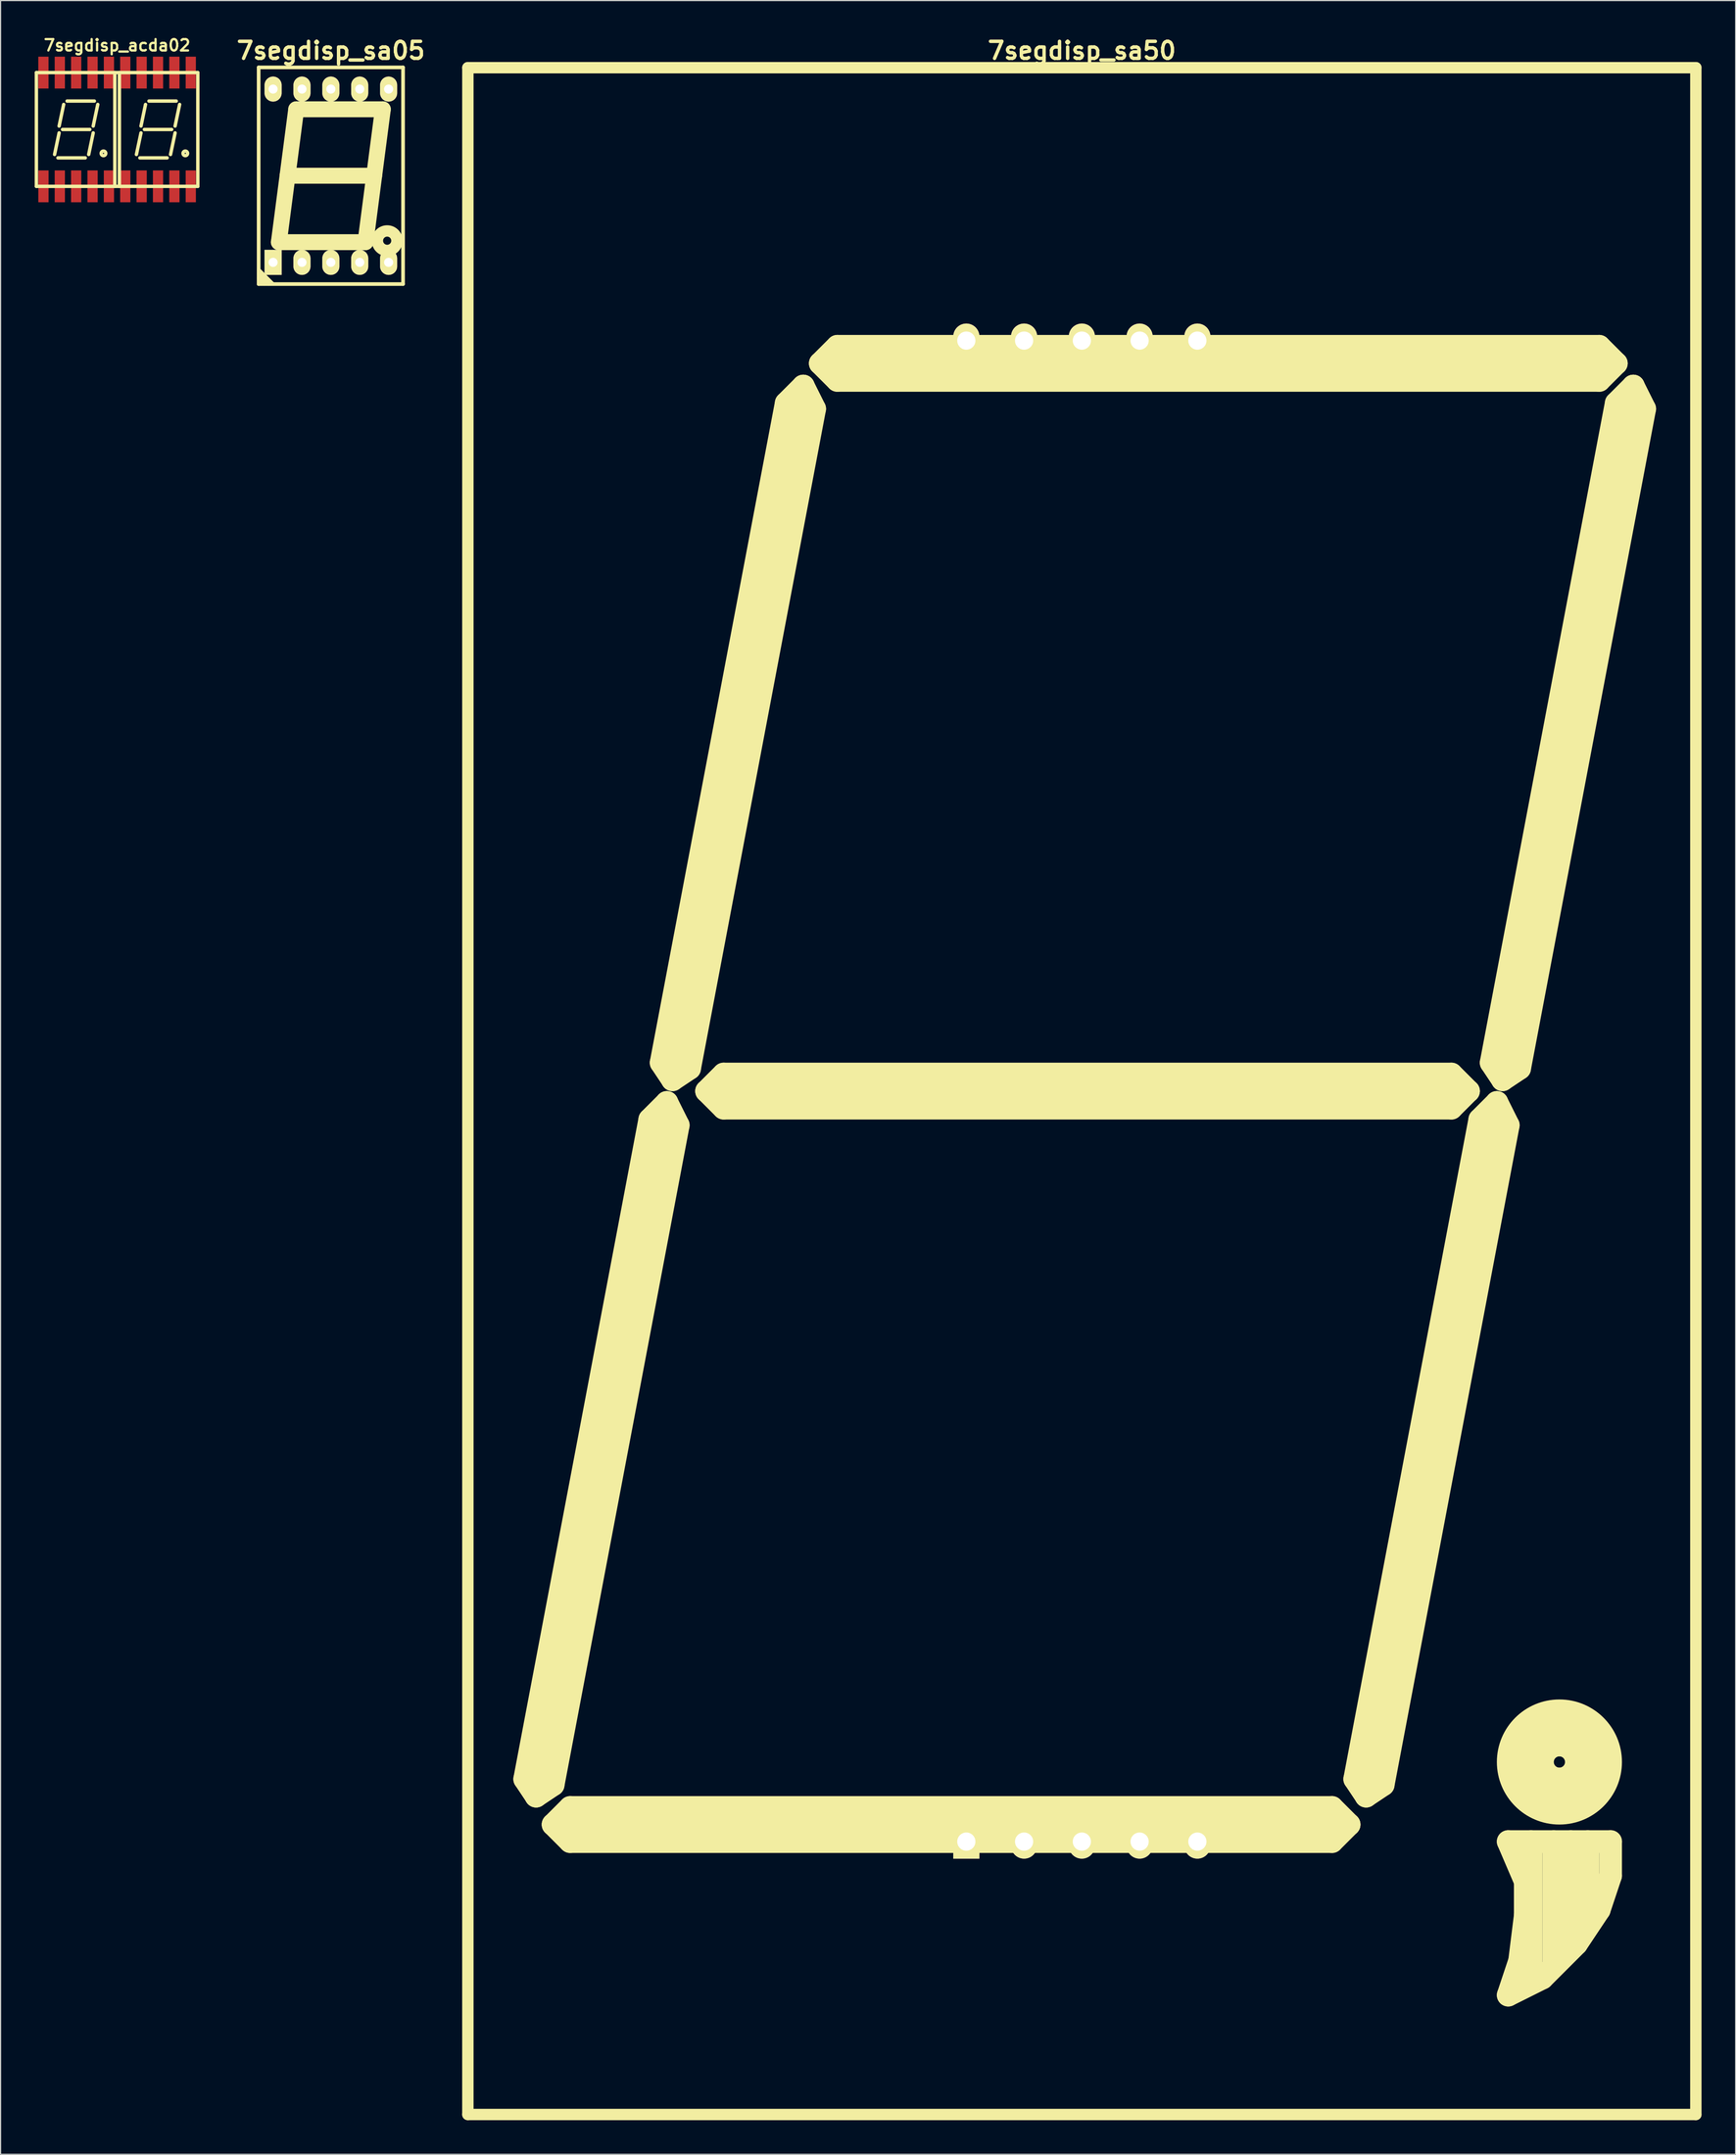
<source format=kicad_pcb>
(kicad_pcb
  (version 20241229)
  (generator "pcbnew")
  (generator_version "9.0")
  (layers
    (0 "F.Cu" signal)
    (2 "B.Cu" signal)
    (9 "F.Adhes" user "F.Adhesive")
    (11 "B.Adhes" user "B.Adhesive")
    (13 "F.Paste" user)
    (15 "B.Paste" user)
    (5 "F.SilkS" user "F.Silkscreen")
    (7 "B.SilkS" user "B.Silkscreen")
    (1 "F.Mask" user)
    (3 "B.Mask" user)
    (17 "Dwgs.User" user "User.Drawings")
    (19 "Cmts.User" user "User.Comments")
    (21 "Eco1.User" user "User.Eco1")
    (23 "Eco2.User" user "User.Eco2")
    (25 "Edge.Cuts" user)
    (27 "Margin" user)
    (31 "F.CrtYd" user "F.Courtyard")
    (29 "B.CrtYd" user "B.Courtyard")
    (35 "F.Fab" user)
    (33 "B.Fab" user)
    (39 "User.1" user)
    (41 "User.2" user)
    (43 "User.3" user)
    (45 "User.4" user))
  (footprint "7segdisp_sa50"
    (layer "F.Cu")
    (at 92.098 92.904)
    (property "Reference" "7segdisp_sa50" (at 0 -91.5 0) (layer "F.SilkS") (effects (font (size 1.5 1.5) (thickness 0.3))))
    (attr through_hole)
    (fp_line (start -54 90) (end -54 -90) (stroke (width 1) (type solid)) (layer "F.SilkS"))
    (fp_line (start -54 90) (end 54 90) (stroke (width 1) (type solid)) (layer "F.SilkS"))
    (fp_line (start -49 60.5) (end -38 2.5) (stroke (width 2) (type solid)) (layer "F.SilkS"))
    (fp_line (start -48 62) (end -49 60.5) (stroke (width 2) (type solid)) (layer "F.SilkS"))
    (fp_line (start -48 62) (end -46.5 61) (stroke (width 2) (type solid)) (layer "F.SilkS"))
    (fp_line (start -48 62) (end -36.5 1) (stroke (width 2) (type solid)) (layer "F.SilkS"))
    (fp_line (start -46.5 61) (end -35.5 3) (stroke (width 2) (type solid)) (layer "F.SilkS"))
    (fp_line (start -46.5 64.5) (end -45 66) (stroke (width 2) (type solid)) (layer "F.SilkS"))
    (fp_line (start -45 63) (end -46.5 64.5) (stroke (width 2) (type solid)) (layer "F.SilkS"))
    (fp_line (start -45 66) (end 22 66) (stroke (width 2) (type solid)) (layer "F.SilkS"))
    (fp_line (start -37 -2.5) (end -26 -60.5) (stroke (width 2) (type solid)) (layer "F.SilkS"))
    (fp_line (start -36.5 1) (end -38 2.5) (stroke (width 2) (type solid)) (layer "F.SilkS"))
    (fp_line (start -36.5 1) (end -35.5 3) (stroke (width 2) (type solid)) (layer "F.SilkS"))
    (fp_line (start -36 -1) (end -37 -2.5) (stroke (width 2) (type solid)) (layer "F.SilkS"))
    (fp_line (start -36 -1) (end -34.5 -2) (stroke (width 2) (type solid)) (layer "F.SilkS"))
    (fp_line (start -36 -1) (end -24.5 -62) (stroke (width 2) (type solid)) (layer "F.SilkS"))
    (fp_line (start -34.5 -2) (end -23.5 -60) (stroke (width 2) (type solid)) (layer "F.SilkS"))
    (fp_line (start -33 0) (end -31.5 -1.5) (stroke (width 2) (type solid)) (layer "F.SilkS"))
    (fp_line (start -33 0) (end -31.5 1.5) (stroke (width 2) (type solid)) (layer "F.SilkS"))
    (fp_line (start -31.5 -1.5) (end 32.5 -1.5) (stroke (width 2) (type solid)) (layer "F.SilkS"))
    (fp_line (start -24.5 -62) (end -26 -60.5) (stroke (width 2) (type solid)) (layer "F.SilkS"))
    (fp_line (start -24.5 -62) (end -23.5 -60) (stroke (width 2) (type solid)) (layer "F.SilkS"))
    (fp_line (start -23 -64) (end -21.5 -62.5) (stroke (width 2) (type solid)) (layer "F.SilkS"))
    (fp_line (start -21.5 -65.5) (end -23 -64) (stroke (width 2) (type solid)) (layer "F.SilkS"))
    (fp_line (start -21.5 -62.5) (end 45.5 -62.5) (stroke (width 2) (type solid)) (layer "F.SilkS"))
    (fp_line (start 22 63) (end -45 63) (stroke (width 2) (type solid)) (layer "F.SilkS"))
    (fp_line (start 22 66) (end 23.5 64.5) (stroke (width 2) (type solid)) (layer "F.SilkS"))
    (fp_line (start 23.5 64.5) (end -46.5 64.5) (stroke (width 2) (type solid)) (layer "F.SilkS"))
    (fp_line (start 23.5 64.5) (end 22 63) (stroke (width 2) (type solid)) (layer "F.SilkS"))
    (fp_line (start 24 60.5) (end 35 2.5) (stroke (width 2) (type solid)) (layer "F.SilkS"))
    (fp_line (start 25 62) (end 24 60.5) (stroke (width 2) (type solid)) (layer "F.SilkS"))
    (fp_line (start 25 62) (end 26.5 61) (stroke (width 2) (type solid)) (layer "F.SilkS"))
    (fp_line (start 25 62) (end 36.5 1) (stroke (width 2) (type solid)) (layer "F.SilkS"))
    (fp_line (start 26.5 61) (end 37.5 3) (stroke (width 2) (type solid)) (layer "F.SilkS"))
    (fp_line (start 32.5 1.5) (end -31.5 1.5) (stroke (width 2) (type solid)) (layer "F.SilkS"))
    (fp_line (start 34 0) (end -33 0) (stroke (width 2) (type solid)) (layer "F.SilkS"))
    (fp_line (start 34 0) (end 32.5 -1.5) (stroke (width 2) (type solid)) (layer "F.SilkS"))
    (fp_line (start 34 0) (end 32.5 1.5) (stroke (width 2) (type solid)) (layer "F.SilkS"))
    (fp_line (start 36 -2.5) (end 47 -60.5) (stroke (width 2) (type solid)) (layer "F.SilkS"))
    (fp_line (start 36.5 1) (end 35 2.5) (stroke (width 2) (type solid)) (layer "F.SilkS"))
    (fp_line (start 36.5 1) (end 37.5 3) (stroke (width 2) (type solid)) (layer "F.SilkS"))
    (fp_line (start 37 -1) (end 36 -2.5) (stroke (width 2) (type solid)) (layer "F.SilkS"))
    (fp_line (start 37 -1) (end 38.5 -2) (stroke (width 2) (type solid)) (layer "F.SilkS"))
    (fp_line (start 37 -1) (end 48.5 -62) (stroke (width 2) (type solid)) (layer "F.SilkS"))
    (fp_line (start 37.5 79.5) (end 38.5 76.5) (stroke (width 2) (type solid)) (layer "F.SilkS"))
    (fp_line (start 37.5 79.5) (end 40.5 78) (stroke (width 2) (type solid)) (layer "F.SilkS"))
    (fp_line (start 38.5 -2) (end 49.5 -60) (stroke (width 2) (type solid)) (layer "F.SilkS"))
    (fp_line (start 38.5 76.5) (end 39 72.5) (stroke (width 2) (type solid)) (layer "F.SilkS"))
    (fp_line (start 39 69.5) (end 37.5 66) (stroke (width 2) (type solid)) (layer "F.SilkS"))
    (fp_line (start 39 72.5) (end 39 69.5) (stroke (width 2) (type solid)) (layer "F.SilkS"))
    (fp_line (start 39.5 66) (end 39.5 77.5) (stroke (width 2) (type solid)) (layer "F.SilkS"))
    (fp_line (start 40.5 78) (end 43.5 75) (stroke (width 2) (type solid)) (layer "F.SilkS"))
    (fp_line (start 41.5 66) (end 41.5 76.5) (stroke (width 2) (type solid)) (layer "F.SilkS"))
    (fp_line (start 43 66) (end 43 75) (stroke (width 2) (type solid)) (layer "F.SilkS"))
    (fp_line (start 44.5 66) (end 44.5 73) (stroke (width 2) (type solid)) (layer "F.SilkS"))
    (fp_line (start 45.5 -65.5) (end -21.5 -65.5) (stroke (width 2) (type solid)) (layer "F.SilkS"))
    (fp_line (start 45.5 -62.5) (end 47 -64) (stroke (width 2) (type solid)) (layer "F.SilkS"))
    (fp_line (start 45.5 72) (end 43.5 75) (stroke (width 2) (type solid)) (layer "F.SilkS"))
    (fp_line (start 46.5 66) (end 37.5 66) (stroke (width 2) (type solid)) (layer "F.SilkS"))
    (fp_line (start 46.5 66) (end 46.5 69) (stroke (width 2) (type solid)) (layer "F.SilkS"))
    (fp_line (start 46.5 69) (end 45.5 72) (stroke (width 2) (type solid)) (layer "F.SilkS"))
    (fp_line (start 47 -64) (end -23 -64) (stroke (width 2) (type solid)) (layer "F.SilkS"))
    (fp_line (start 47 -64) (end 45.5 -65.5) (stroke (width 2) (type solid)) (layer "F.SilkS"))
    (fp_line (start 48.5 -62) (end 47 -60.5) (stroke (width 2) (type solid)) (layer "F.SilkS"))
    (fp_line (start 48.5 -62) (end 49.5 -60) (stroke (width 2) (type solid)) (layer "F.SilkS"))
    (fp_line (start 54 -90) (end -54 -90) (stroke (width 1) (type solid)) (layer "F.SilkS"))
    (fp_line (start 54 -90) (end 54 90) (stroke (width 1) (type solid)) (layer "F.SilkS"))
    (fp_circle (center 42 59) (end 42.5 59) (stroke (width 2) (type solid)) (fill no) (layer "F.SilkS"))
    (fp_circle (center 42 59) (end 43.5 59) (stroke (width 2) (type solid)) (fill no) (layer "F.SilkS"))
    (fp_circle (center 42 59) (end 45 59) (stroke (width 2) (type solid)) (fill no) (layer "F.SilkS"))
    (fp_circle (center 42 59) (end 46.5 59) (stroke (width 2) (type solid)) (fill no) (layer "F.SilkS"))
    (pad "1" thru_hole rect (at -10.16 66 90) (size 3 2.3) (drill 1.6) (layers "*.Cu" "*.Mask" "F.SilkS"))
    (pad "2" thru_hole oval (at -5.08 66 90) (size 3 2.3) (drill 1.6) (layers "*.Cu" "*.Mask" "F.SilkS"))
    (pad "3" thru_hole oval (at 0 66 90) (size 3 2.3) (drill 1.6) (layers "*.Cu" "*.Mask" "F.SilkS"))
    (pad "4" thru_hole oval (at 5.08 66 90) (size 3 2.3) (drill 1.6) (layers "*.Cu" "*.Mask" "F.SilkS"))
    (pad "5" thru_hole oval (at 10.16 66 90) (size 3 2.3) (drill 1.6) (layers "*.Cu" "*.Mask" "F.SilkS"))
    (pad "6" thru_hole oval (at 10.16 -66 90) (size 3 2.3) (drill 1.6) (layers "*.Cu" "*.Mask" "F.SilkS"))
    (pad "7" thru_hole oval (at 5.08 -66 90) (size 3 2.3) (drill 1.6) (layers "*.Cu" "*.Mask" "F.SilkS"))
    (pad "8" thru_hole oval (at 0 -66 90) (size 3 2.3) (drill 1.6) (layers "*.Cu" "*.Mask" "F.SilkS"))
    (pad "9" thru_hole oval (at -5.08 -66 90) (size 3 2.3) (drill 1.6) (layers "*.Cu" "*.Mask" "F.SilkS"))
    (pad "10" thru_hole oval (at -10.16 -66 90) (size 3 2.3) (drill 1.6) (layers "*.Cu" "*.Mask" "F.SilkS")))
  (footprint "7segdisp_sa05"
    (layer "F.Cu")
    (at 26.048 12.404)
    (property "Reference" "7segdisp_sa05" (at 0 -11 0) (layer "F.SilkS") (effects (font (size 1.5 1.5) (thickness 0.3))))
    (attr through_hole)
    (fp_line (start -6.35 9.525) (end -6.35 -9.525) (stroke (width 0.323) (type solid)) (layer "F.SilkS"))
    (fp_line (start -6.35 9.525) (end 6.35 9.525) (stroke (width 0.323) (type solid)) (layer "F.SilkS"))
    (fp_line (start -5.842 9.525) (end -6.35 9.017) (stroke (width 0.305) (type solid)) (layer "F.SilkS"))
    (fp_line (start -5.461 9.525) (end -6.35 8.636) (stroke (width 0.305) (type solid)) (layer "F.SilkS"))
    (fp_line (start -5.08 9.525) (end -6.35 8.255) (stroke (width 0.305) (type solid)) (layer "F.SilkS"))
    (fp_line (start -4.572 5.842) (end 3.048 5.842) (stroke (width 1.4) (type solid)) (layer "F.SilkS"))
    (fp_line (start -3.048 -5.842) (end -4.572 5.842) (stroke (width 1.4) (type solid)) (layer "F.SilkS"))
    (fp_line (start 3.048 5.842) (end 4.572 -5.842) (stroke (width 1.4) (type solid)) (layer "F.SilkS"))
    (fp_line (start 3.81 0) (end -3.81 0) (stroke (width 1.4) (type solid)) (layer "F.SilkS"))
    (fp_line (start 4.572 -5.842) (end -3.048 -5.842) (stroke (width 1.4) (type solid)) (layer "F.SilkS"))
    (fp_line (start 6.35 -9.525) (end -6.35 -9.525) (stroke (width 0.323) (type solid)) (layer "F.SilkS"))
    (fp_line (start 6.35 -9.525) (end 6.35 9.525) (stroke (width 0.323) (type solid)) (layer "F.SilkS"))
    (fp_circle (center 4.953 5.715) (end 5.207 5.461) (stroke (width 1.001) (type solid)) (fill no) (layer "F.SilkS"))
    (pad "1" thru_hole rect (at -5.08 7.62 90) (size 2.2 1.501) (drill 0.8) (layers "*.Cu" "*.Mask" "F.SilkS"))
    (pad "2" thru_hole oval (at -2.54 7.62 90) (size 2.2 1.501) (drill 0.8) (layers "*.Cu" "*.Mask" "F.SilkS"))
    (pad "3" thru_hole oval (at 0 7.62 90) (size 2.2 1.501) (drill 0.8) (layers "*.Cu" "*.Mask" "F.SilkS"))
    (pad "4" thru_hole oval (at 2.54 7.62 90) (size 2.2 1.501) (drill 0.8) (layers "*.Cu" "*.Mask" "F.SilkS"))
    (pad "5" thru_hole oval (at 5.08 7.62 90) (size 2.2 1.501) (drill 0.8) (layers "*.Cu" "*.Mask" "F.SilkS"))
    (pad "6" thru_hole oval (at 5.08 -7.62 90) (size 2.2 1.501) (drill 0.8) (layers "*.Cu" "*.Mask" "F.SilkS"))
    (pad "7" thru_hole oval (at 2.54 -7.62 90) (size 2.2 1.501) (drill 0.8) (layers "*.Cu" "*.Mask" "F.SilkS"))
    (pad "8" thru_hole oval (at 0 -7.62 90) (size 2.2 1.501) (drill 0.8) (layers "*.Cu" "*.Mask" "F.SilkS"))
    (pad "9" thru_hole oval (at -2.54 -7.62 90) (size 2.2 1.501) (drill 0.8) (layers "*.Cu" "*.Mask" "F.SilkS"))
    (pad "10" thru_hole oval (at -5.08 -7.62 90) (size 2.2 1.501) (drill 0.8) (layers "*.Cu" "*.Mask" "F.SilkS")))
  (footprint "7segdisp_acda02"
    (layer "F.Cu")
    (at 7.249 8.336)
    (property "Reference" "7segdisp_acda02" (at 0 -7.4 0) (layer "F.SilkS") (effects (font (size 1 1) (thickness 0.2))))
    (attr through_hole)
    (fp_line (start -7.099 -5.001) (end 7.099 -5.001) (stroke (width 0.3) (type solid)) (layer "F.SilkS"))
    (fp_line (start -7.099 5.001) (end -7.099 -5.001) (stroke (width 0.3) (type solid)) (layer "F.SilkS"))
    (fp_line (start -5.1 0.3) (end -5.499 2.2) (stroke (width 0.3) (type solid)) (layer "F.SilkS"))
    (fp_line (start -4.699 -2.2) (end -5.1 -0.3) (stroke (width 0.3) (type solid)) (layer "F.SilkS"))
    (fp_line (start -2.802 2.499) (end -5.202 2.499) (stroke (width 0.3) (type solid)) (layer "F.SilkS"))
    (fp_line (start -2.499 2.2) (end -2.101 0.3) (stroke (width 0.3) (type solid)) (layer "F.SilkS"))
    (fp_line (start -2.4 0) (end -4.801 0) (stroke (width 0.3) (type solid)) (layer "F.SilkS"))
    (fp_line (start -2.101 -0.3) (end -1.699 -2.2) (stroke (width 0.3) (type solid)) (layer "F.SilkS"))
    (fp_line (start -1.999 -2.499) (end -4.399 -2.499) (stroke (width 0.3) (type solid)) (layer "F.SilkS"))
    (fp_line (start -0.201 5.001) (end -0.201 -5.001) (stroke (width 0.3) (type solid)) (layer "F.SilkS"))
    (fp_line (start 0.201 -5.001) (end 0.201 5.001) (stroke (width 0.3) (type solid)) (layer "F.SilkS"))
    (fp_line (start 1.699 2.2) (end 2.101 0.3) (stroke (width 0.3) (type solid)) (layer "F.SilkS"))
    (fp_line (start 2.101 -0.3) (end 2.499 -2.2) (stroke (width 0.3) (type solid)) (layer "F.SilkS"))
    (fp_line (start 4.402 2.499) (end 2.002 2.499) (stroke (width 0.3) (type solid)) (layer "F.SilkS"))
    (fp_line (start 4.699 2.2) (end 5.1 0.3) (stroke (width 0.3) (type solid)) (layer "F.SilkS"))
    (fp_line (start 4.801 0) (end 2.4 0) (stroke (width 0.3) (type solid)) (layer "F.SilkS"))
    (fp_line (start 5.1 -0.3) (end 5.499 -2.2) (stroke (width 0.3) (type solid)) (layer "F.SilkS"))
    (fp_line (start 5.202 -2.499) (end 2.802 -2.499) (stroke (width 0.3) (type solid)) (layer "F.SilkS"))
    (fp_line (start 7.099 -5.001) (end 7.099 5.001) (stroke (width 0.3) (type solid)) (layer "F.SilkS"))
    (fp_line (start 7.099 5.001) (end -7.099 5.001) (stroke (width 0.3) (type solid)) (layer "F.SilkS"))
    (fp_circle (center -1.199 2.101) (end -1.4 2.101) (stroke (width 0.3) (type solid)) (fill no) (layer "F.SilkS"))
    (fp_circle (center 5.999 2.101) (end 5.799 2.101) (stroke (width 0.3) (type solid)) (fill no) (layer "F.SilkS"))
    (pad "1" smd rect (at -6.477 5.001) (size 0.899 2.799) (layers "F.Cu" "F.Mask" "F.Paste"))
    (pad "2" smd rect (at -5.039 5.001) (size 0.899 2.799) (layers "F.Cu" "F.Mask" "F.Paste"))
    (pad "3" smd rect (at -3.599 5.001) (size 0.899 2.799) (layers "F.Cu" "F.Mask" "F.Paste"))
    (pad "4" smd rect (at -2.159 5.001) (size 0.899 2.799) (layers "F.Cu" "F.Mask" "F.Paste"))
    (pad "5" smd rect (at -0.719 5.001) (size 0.899 2.799) (layers "F.Cu" "F.Mask" "F.Paste"))
    (pad "6" smd rect (at 0.719 5.001) (size 0.899 2.799) (layers "F.Cu" "F.Mask" "F.Paste"))
    (pad "7" smd rect (at 2.159 5.001) (size 0.899 2.799) (layers "F.Cu" "F.Mask" "F.Paste"))
    (pad "8" smd rect (at 3.599 5.001) (size 0.899 2.799) (layers "F.Cu" "F.Mask" "F.Paste"))
    (pad "9" smd rect (at 5.039 5.001) (size 0.899 2.799) (layers "F.Cu" "F.Mask" "F.Paste"))
    (pad "10" smd rect (at 6.48 5.001) (size 0.899 2.799) (layers "F.Cu" "F.Mask" "F.Paste"))
    (pad "11" smd rect (at 6.48 -5.001) (size 0.899 2.799) (layers "F.Cu" "F.Mask" "F.Paste"))
    (pad "12" smd rect (at 5.039 -5.001) (size 0.899 2.799) (layers "F.Cu" "F.Mask" "F.Paste"))
    (pad "13" smd rect (at 3.599 -5.001) (size 0.899 2.799) (layers "F.Cu" "F.Mask" "F.Paste"))
    (pad "14" smd rect (at 2.159 -5.001) (size 0.899 2.799) (layers "F.Cu" "F.Mask" "F.Paste"))
    (pad "15" smd rect (at 0.719 -5.001) (size 0.899 2.799) (layers "F.Cu" "F.Mask" "F.Paste"))
    (pad "16" smd rect (at -0.719 -5.001) (size 0.899 2.799) (layers "F.Cu" "F.Mask" "F.Paste"))
    (pad "17" smd rect (at -2.159 -5.001) (size 0.899 2.799) (layers "F.Cu" "F.Mask" "F.Paste"))
    (pad "18" smd rect (at -3.599 -5.001) (size 0.899 2.799) (layers "F.Cu" "F.Mask" "F.Paste"))
    (pad "19" smd rect (at -5.039 -5.001) (size 0.899 2.799) (layers "F.Cu" "F.Mask" "F.Paste"))
    (pad "20" smd rect (at -6.48 -5.001) (size 0.899 2.799) (layers "F.Cu" "F.Mask" "F.Paste")))
  (gr_rect
    (start -3 -3)
    (end 149.598 186.404)
    (stroke (width 0.1) (type default))
    (fill no)
    (layer "Edge.Cuts")))
</source>
